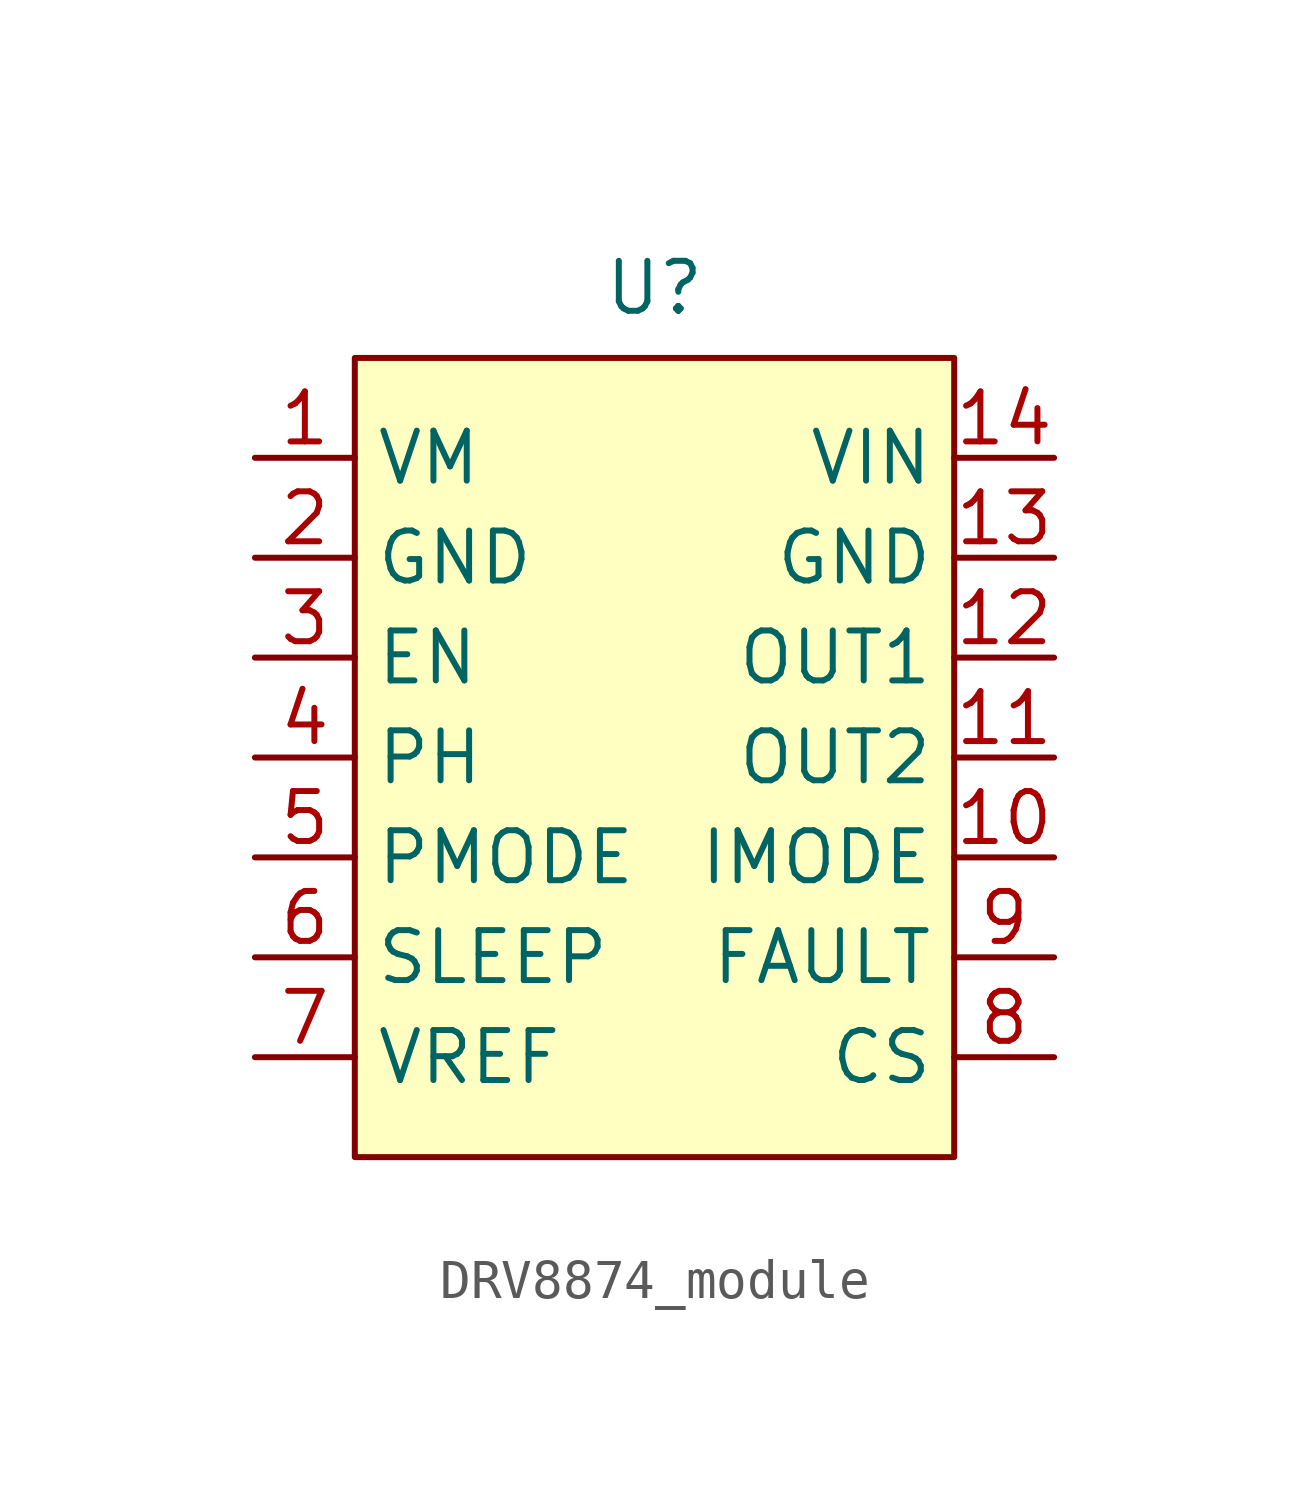
<source format=kicad_sym>
(kicad_symbol_lib
  (version 20231120)
  (generator "kicad_symbol_editor")
  (generator_version "8.0")
  (symbol "DRV8874_module"
    (property "Reference" "U"
      (at 0 1.778 0)
      (effects (font (size 1.27 1.27))))
    (property "Value" ""
      (at 0 0 0)
      (effects (font (size 1.27 1.27))))
    (symbol "DRV8874_module_0_1"
      (rectangle (start -7.62 0) (end 7.62 -20.32) (stroke (width 0) (type default)) (fill (type background))))
    (symbol "DRV8874_module_1_1"
      (pin passive line (at -10.16 -2.54 0) (length 2.54) (name "VM" (effects (font (size 1.27 1.27)))) (number "1" (effects (font (size 1.27 1.27)))))
      (pin passive line (at 10.16 -12.7 180) (length 2.54) (name "IMODE" (effects (font (size 1.27 1.27)))) (number "10" (effects (font (size 1.27 1.27)))))
      (pin passive line (at 10.16 -10.16 180) (length 2.54) (name "OUT2" (effects (font (size 1.27 1.27)))) (number "11" (effects (font (size 1.27 1.27)))))
      (pin passive line (at 10.16 -7.62 180) (length 2.54) (name "OUT1" (effects (font (size 1.27 1.27)))) (number "12" (effects (font (size 1.27 1.27)))))
      (pin passive line (at 10.16 -5.08 180) (length 2.54) (name "GND" (effects (font (size 1.27 1.27)))) (number "13" (effects (font (size 1.27 1.27)))))
      (pin passive line (at 10.16 -2.54 180) (length 2.54) (name "VIN" (effects (font (size 1.27 1.27)))) (number "14" (effects (font (size 1.27 1.27)))))
      (pin passive line (at -10.16 -5.08 0) (length 2.54) (name "GND" (effects (font (size 1.27 1.27)))) (number "2" (effects (font (size 1.27 1.27)))))
      (pin passive line (at -10.16 -7.62 0) (length 2.54) (name "EN" (effects (font (size 1.27 1.27)))) (number "3" (effects (font (size 1.27 1.27)))))
      (pin passive line (at -10.16 -10.16 0) (length 2.54) (name "PH" (effects (font (size 1.27 1.27)))) (number "4" (effects (font (size 1.27 1.27)))))
      (pin passive line (at -10.16 -12.7 0) (length 2.54) (name "PMODE" (effects (font (size 1.27 1.27)))) (number "5" (effects (font (size 1.27 1.27)))))
      (pin passive line (at -10.16 -15.24 0) (length 2.54) (name "SLEEP" (effects (font (size 1.27 1.27)))) (number "6" (effects (font (size 1.27 1.27)))))
      (pin passive line (at -10.16 -17.78 0) (length 2.54) (name "VREF" (effects (font (size 1.27 1.27)))) (number "7" (effects (font (size 1.27 1.27)))))
      (pin passive line (at 10.16 -17.78 180) (length 2.54) (name "CS" (effects (font (size 1.27 1.27)))) (number "8" (effects (font (size 1.27 1.27)))))
      (pin passive line (at 10.16 -15.24 180) (length 2.54) (name "FAULT" (effects (font (size 1.27 1.27)))) (number "9" (effects (font (size 1.27 1.27))))))))
</source>
